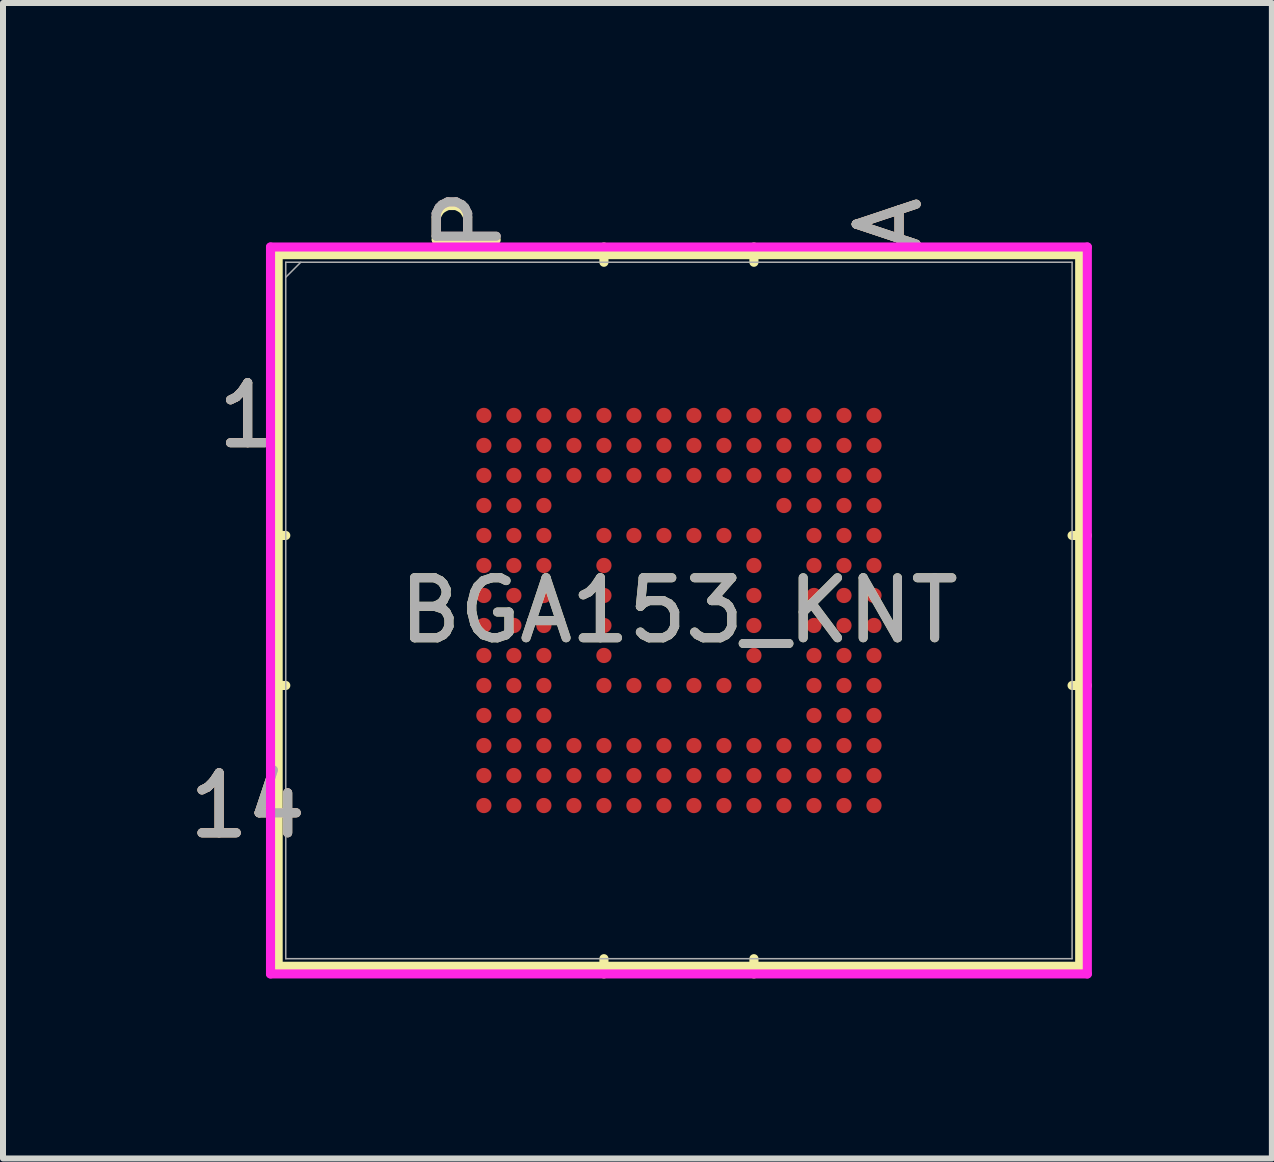
<source format=kicad_pcb>
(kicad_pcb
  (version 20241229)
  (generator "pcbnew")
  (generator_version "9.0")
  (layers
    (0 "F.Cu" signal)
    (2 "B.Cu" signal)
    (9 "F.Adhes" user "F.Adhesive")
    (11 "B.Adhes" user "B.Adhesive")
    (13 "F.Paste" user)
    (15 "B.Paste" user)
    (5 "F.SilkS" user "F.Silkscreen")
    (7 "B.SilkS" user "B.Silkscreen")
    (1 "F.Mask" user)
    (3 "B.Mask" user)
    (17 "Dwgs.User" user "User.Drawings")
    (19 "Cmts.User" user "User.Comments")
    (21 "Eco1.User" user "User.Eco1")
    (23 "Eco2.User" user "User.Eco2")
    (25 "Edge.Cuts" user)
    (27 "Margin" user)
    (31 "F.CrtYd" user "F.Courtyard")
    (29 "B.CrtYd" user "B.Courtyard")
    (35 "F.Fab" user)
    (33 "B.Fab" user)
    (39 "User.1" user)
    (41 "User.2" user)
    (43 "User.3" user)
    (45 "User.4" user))
  (footprint "BGA153_KNT"
    (layer "F.Cu")
    (at 8.266 7.125)
    (property "Reference" "BGA153_KNT" (at 0 0 0) (unlocked yes) (layer "F.SilkS") (effects (font (size 1 1) (thickness 0.15))))
    (attr smd)
    (fp_line (start -6.68 -5.931) (end -6.68 5.931) (stroke (width 0.152) (type solid)) (layer "F.SilkS"))
    (fp_line (start -6.68 5.931) (end 6.68 5.931) (stroke (width 0.152) (type solid)) (layer "F.SilkS"))
    (fp_line (start -6.553 -1.25) (end -6.807 -1.25) (stroke (width 0.152) (type solid)) (layer "F.SilkS"))
    (fp_line (start -6.553 1.25) (end -6.807 1.25) (stroke (width 0.152) (type solid)) (layer "F.SilkS"))
    (fp_line (start -1.25 -5.804) (end -1.25 -6.058) (stroke (width 0.152) (type solid)) (layer "F.SilkS"))
    (fp_line (start -1.25 5.804) (end -1.25 6.058) (stroke (width 0.152) (type solid)) (layer "F.SilkS"))
    (fp_line (start 1.25 -5.804) (end 1.25 -6.058) (stroke (width 0.152) (type solid)) (layer "F.SilkS"))
    (fp_line (start 1.25 5.804) (end 1.25 6.058) (stroke (width 0.152) (type solid)) (layer "F.SilkS"))
    (fp_line (start 6.553 -1.25) (end 6.807 -1.25) (stroke (width 0.152) (type solid)) (layer "F.SilkS"))
    (fp_line (start 6.553 1.25) (end 6.807 1.25) (stroke (width 0.152) (type solid)) (layer "F.SilkS"))
    (fp_line (start 6.68 -5.931) (end -6.68 -5.931) (stroke (width 0.152) (type solid)) (layer "F.SilkS"))
    (fp_line (start 6.68 5.931) (end 6.68 -5.931) (stroke (width 0.152) (type solid)) (layer "F.SilkS"))
    (fp_poly (pts (xy -3.945 -3.945) (xy 3.945 -3.945) (xy 3.945 3.945) (xy -3.945 3.945)) (stroke (width 0.1) (type solid)) (fill no) (layer "Eco2.User"))
    (fp_line (start -6.807 -6.058) (end 6.807 -6.058) (stroke (width 0.152) (type solid)) (layer "F.CrtYd"))
    (fp_line (start -6.807 6.058) (end -6.807 -6.058) (stroke (width 0.152) (type solid)) (layer "F.CrtYd"))
    (fp_line (start 6.807 -6.058) (end 6.807 6.058) (stroke (width 0.152) (type solid)) (layer "F.CrtYd"))
    (fp_line (start 6.807 6.058) (end -6.807 6.058) (stroke (width 0.152) (type solid)) (layer "F.CrtYd"))
    (fp_line (start -6.553 -5.804) (end -6.553 5.804) (stroke (width 0.025) (type solid)) (layer "F.Fab"))
    (fp_line (start -6.553 5.804) (end 6.553 5.804) (stroke (width 0.025) (type solid)) (layer "F.Fab"))
    (fp_line (start -6.303 -5.804) (end -6.553 -5.554) (stroke (width 0.025) (type solid)) (layer "F.Fab"))
    (fp_line (start 6.553 -5.804) (end -6.553 -5.804) (stroke (width 0.025) (type solid)) (layer "F.Fab"))
    (fp_line (start 6.553 5.804) (end 6.553 -5.804) (stroke (width 0.025) (type solid)) (layer "F.Fab"))
    (fp_text user "14" (at -7.188 3.251 0) (unlocked yes) (layer "F.SilkS") (effects (font (size 1 1) (thickness 0.15))))
    (fp_text user "A" (at 3.5 -6.439 90) (unlocked yes) (layer "F.SilkS") (effects (font (size 1 1) (thickness 0.15))))
    (fp_text user "1" (at -7.188 -3.251 0) (unlocked yes) (layer "F.SilkS") (effects (font (size 1 1) (thickness 0.15))))
    (fp_text user "P" (at -3.5 -6.439 90) (unlocked yes) (layer "F.SilkS") (effects (font (size 1 1) (thickness 0.15))))
    (fp_text user "1" (at -7.188 -3.251 0) (unlocked yes) (layer "B.SilkS") (effects (font (size 1 1) (thickness 0.15))))
    (fp_text user "P" (at -3.5 -6.5 90) (unlocked yes) (layer "B.SilkS") (effects (font (size 1 1) (thickness 0.15))))
    (fp_text user "14" (at -7.188 3.251 0) (unlocked yes) (layer "B.SilkS") (effects (font (size 1 1) (thickness 0.15))))
    (fp_text user "A" (at 3.5 -6.439 90) (unlocked yes) (layer "B.SilkS") (effects (font (size 1 1) (thickness 0.15))))
    (fp_text user "A" (at 3.5 -6.439 90) (unlocked yes) (layer "F.Fab") (effects (font (size 1 1) (thickness 0.15))))
    (fp_text user "1" (at -7.188 -3.251 0) (unlocked yes) (layer "F.Fab") (effects (font (size 1 1) (thickness 0.15))))
    (fp_text user "14" (at -7.188 3.251 0) (unlocked yes) (layer "F.Fab") (effects (font (size 1 1) (thickness 0.15))))
    (fp_text user "P" (at -3.5 -6.5 90) (unlocked yes) (layer "F.Fab") (effects (font (size 1 1) (thickness 0.15))))
    (fp_text user "${REFERENCE}" (at 0 0 0) (unlocked yes) (layer "F.Fab") (effects (font (size 1 1) (thickness 0.15))))
    (pad "A1" smd circle (at 3.251 -3.251) (size 0.254 0.254) (layers "F.Cu" "F.Mask" "F.Paste"))
    (pad "A2" smd circle (at 3.251 -2.751) (size 0.254 0.254) (layers "F.Cu" "F.Mask" "F.Paste"))
    (pad "A3" smd circle (at 3.251 -2.251) (size 0.254 0.254) (layers "F.Cu" "F.Mask" "F.Paste"))
    (pad "A4" smd circle (at 3.251 -1.75) (size 0.254 0.254) (layers "F.Cu" "F.Mask" "F.Paste"))
    (pad "A5" smd circle (at 3.251 -1.25) (size 0.254 0.254) (layers "F.Cu" "F.Mask" "F.Paste"))
    (pad "A6" smd circle (at 3.251 -0.75) (size 0.254 0.254) (layers "F.Cu" "F.Mask" "F.Paste"))
    (pad "A7" smd circle (at 3.251 -0.25) (size 0.254 0.254) (layers "F.Cu" "F.Mask" "F.Paste"))
    (pad "A8" smd circle (at 3.251 0.25) (size 0.254 0.254) (layers "F.Cu" "F.Mask" "F.Paste"))
    (pad "A9" smd circle (at 3.251 0.75) (size 0.254 0.254) (layers "F.Cu" "F.Mask" "F.Paste"))
    (pad "A10" smd circle (at 3.251 1.25) (size 0.254 0.254) (layers "F.Cu" "F.Mask" "F.Paste"))
    (pad "A11" smd circle (at 3.251 1.75) (size 0.254 0.254) (layers "F.Cu" "F.Mask" "F.Paste"))
    (pad "A12" smd circle (at 3.251 2.251) (size 0.254 0.254) (layers "F.Cu" "F.Mask" "F.Paste"))
    (pad "A13" smd circle (at 3.251 2.751) (size 0.254 0.254) (layers "F.Cu" "F.Mask" "F.Paste"))
    (pad "A14" smd circle (at 3.251 3.251) (size 0.254 0.254) (layers "F.Cu" "F.Mask" "F.Paste"))
    (pad "B1" smd circle (at 2.751 -3.251) (size 0.254 0.254) (layers "F.Cu" "F.Mask" "F.Paste"))
    (pad "B2" smd circle (at 2.751 -2.751) (size 0.254 0.254) (layers "F.Cu" "F.Mask" "F.Paste"))
    (pad "B3" smd circle (at 2.751 -2.251) (size 0.254 0.254) (layers "F.Cu" "F.Mask" "F.Paste"))
    (pad "B4" smd circle (at 2.751 -1.75) (size 0.254 0.254) (layers "F.Cu" "F.Mask" "F.Paste"))
    (pad "B5" smd circle (at 2.751 -1.25) (size 0.254 0.254) (layers "F.Cu" "F.Mask" "F.Paste"))
    (pad "B6" smd circle (at 2.751 -0.75) (size 0.254 0.254) (layers "F.Cu" "F.Mask" "F.Paste"))
    (pad "B7" smd circle (at 2.751 -0.25) (size 0.254 0.254) (layers "F.Cu" "F.Mask" "F.Paste"))
    (pad "B8" smd circle (at 2.751 0.25) (size 0.254 0.254) (layers "F.Cu" "F.Mask" "F.Paste"))
    (pad "B9" smd circle (at 2.751 0.75) (size 0.254 0.254) (layers "F.Cu" "F.Mask" "F.Paste"))
    (pad "B10" smd circle (at 2.751 1.25) (size 0.254 0.254) (layers "F.Cu" "F.Mask" "F.Paste"))
    (pad "B11" smd circle (at 2.751 1.75) (size 0.254 0.254) (layers "F.Cu" "F.Mask" "F.Paste"))
    (pad "B12" smd circle (at 2.751 2.251) (size 0.254 0.254) (layers "F.Cu" "F.Mask" "F.Paste"))
    (pad "B13" smd circle (at 2.751 2.751) (size 0.254 0.254) (layers "F.Cu" "F.Mask" "F.Paste"))
    (pad "B14" smd circle (at 2.751 3.251) (size 0.254 0.254) (layers "F.Cu" "F.Mask" "F.Paste"))
    (pad "C1" smd circle (at 2.251 -3.251) (size 0.254 0.254) (layers "F.Cu" "F.Mask" "F.Paste"))
    (pad "C2" smd circle (at 2.251 -2.751) (size 0.254 0.254) (layers "F.Cu" "F.Mask" "F.Paste"))
    (pad "C3" smd circle (at 2.251 -2.251) (size 0.254 0.254) (layers "F.Cu" "F.Mask" "F.Paste"))
    (pad "C4" smd circle (at 2.251 -1.75) (size 0.254 0.254) (layers "F.Cu" "F.Mask" "F.Paste"))
    (pad "C5" smd circle (at 2.251 -1.25) (size 0.254 0.254) (layers "F.Cu" "F.Mask" "F.Paste"))
    (pad "C6" smd circle (at 2.251 -0.75) (size 0.254 0.254) (layers "F.Cu" "F.Mask" "F.Paste"))
    (pad "C7" smd circle (at 2.251 -0.25) (size 0.254 0.254) (layers "F.Cu" "F.Mask" "F.Paste"))
    (pad "C8" smd circle (at 2.251 0.25) (size 0.254 0.254) (layers "F.Cu" "F.Mask" "F.Paste"))
    (pad "C9" smd circle (at 2.251 0.75) (size 0.254 0.254) (layers "F.Cu" "F.Mask" "F.Paste"))
    (pad "C10" smd circle (at 2.251 1.25) (size 0.254 0.254) (layers "F.Cu" "F.Mask" "F.Paste"))
    (pad "C11" smd circle (at 2.251 1.75) (size 0.254 0.254) (layers "F.Cu" "F.Mask" "F.Paste"))
    (pad "C12" smd circle (at 2.251 2.251) (size 0.254 0.254) (layers "F.Cu" "F.Mask" "F.Paste"))
    (pad "C13" smd circle (at 2.251 2.751) (size 0.254 0.254) (layers "F.Cu" "F.Mask" "F.Paste"))
    (pad "C14" smd circle (at 2.251 3.251) (size 0.254 0.254) (layers "F.Cu" "F.Mask" "F.Paste"))
    (pad "D1" smd circle (at 1.75 -3.251) (size 0.254 0.254) (layers "F.Cu" "F.Mask" "F.Paste"))
    (pad "D2" smd circle (at 1.75 -2.751) (size 0.254 0.254) (layers "F.Cu" "F.Mask" "F.Paste"))
    (pad "D3" smd circle (at 1.75 -2.251) (size 0.254 0.254) (layers "F.Cu" "F.Mask" "F.Paste"))
    (pad "D4" smd circle (at 1.75 -1.75) (size 0.254 0.254) (layers "F.Cu" "F.Mask" "F.Paste"))
    (pad "D12" smd circle (at 1.75 2.251) (size 0.254 0.254) (layers "F.Cu" "F.Mask" "F.Paste"))
    (pad "D13" smd circle (at 1.75 2.751) (size 0.254 0.254) (layers "F.Cu" "F.Mask" "F.Paste"))
    (pad "D14" smd circle (at 1.75 3.251) (size 0.254 0.254) (layers "F.Cu" "F.Mask" "F.Paste"))
    (pad "E1" smd circle (at 1.25 -3.251) (size 0.254 0.254) (layers "F.Cu" "F.Mask" "F.Paste"))
    (pad "E2" smd circle (at 1.25 -2.751) (size 0.254 0.254) (layers "F.Cu" "F.Mask" "F.Paste"))
    (pad "E3" smd circle (at 1.25 -2.251) (size 0.254 0.254) (layers "F.Cu" "F.Mask" "F.Paste"))
    (pad "E5" smd circle (at 1.25 -1.25) (size 0.254 0.254) (layers "F.Cu" "F.Mask" "F.Paste"))
    (pad "E6" smd circle (at 1.25 -0.75) (size 0.254 0.254) (layers "F.Cu" "F.Mask" "F.Paste"))
    (pad "E7" smd circle (at 1.25 -0.25) (size 0.254 0.254) (layers "F.Cu" "F.Mask" "F.Paste"))
    (pad "E8" smd circle (at 1.25 0.25) (size 0.254 0.254) (layers "F.Cu" "F.Mask" "F.Paste"))
    (pad "E9" smd circle (at 1.25 0.75) (size 0.254 0.254) (layers "F.Cu" "F.Mask" "F.Paste"))
    (pad "E10" smd circle (at 1.25 1.25) (size 0.254 0.254) (layers "F.Cu" "F.Mask" "F.Paste"))
    (pad "E12" smd circle (at 1.25 2.251) (size 0.254 0.254) (layers "F.Cu" "F.Mask" "F.Paste"))
    (pad "E13" smd circle (at 1.25 2.751) (size 0.254 0.254) (layers "F.Cu" "F.Mask" "F.Paste"))
    (pad "E14" smd circle (at 1.25 3.251) (size 0.254 0.254) (layers "F.Cu" "F.Mask" "F.Paste"))
    (pad "F1" smd circle (at 0.75 -3.251) (size 0.254 0.254) (layers "F.Cu" "F.Mask" "F.Paste"))
    (pad "F2" smd circle (at 0.75 -2.751) (size 0.254 0.254) (layers "F.Cu" "F.Mask" "F.Paste"))
    (pad "F3" smd circle (at 0.75 -2.251) (size 0.254 0.254) (layers "F.Cu" "F.Mask" "F.Paste"))
    (pad "F5" smd circle (at 0.75 -1.25) (size 0.254 0.254) (layers "F.Cu" "F.Mask" "F.Paste"))
    (pad "F10" smd circle (at 0.75 1.25) (size 0.254 0.254) (layers "F.Cu" "F.Mask" "F.Paste"))
    (pad "F12" smd circle (at 0.75 2.251) (size 0.254 0.254) (layers "F.Cu" "F.Mask" "F.Paste"))
    (pad "F13" smd circle (at 0.75 2.751) (size 0.254 0.254) (layers "F.Cu" "F.Mask" "F.Paste"))
    (pad "F14" smd circle (at 0.75 3.251) (size 0.254 0.254) (layers "F.Cu" "F.Mask" "F.Paste"))
    (pad "G1" smd circle (at 0.25 -3.251) (size 0.254 0.254) (layers "F.Cu" "F.Mask" "F.Paste"))
    (pad "G2" smd circle (at 0.25 -2.751) (size 0.254 0.254) (layers "F.Cu" "F.Mask" "F.Paste"))
    (pad "G3" smd circle (at 0.25 -2.251) (size 0.254 0.254) (layers "F.Cu" "F.Mask" "F.Paste"))
    (pad "G5" smd circle (at 0.25 -1.25) (size 0.254 0.254) (layers "F.Cu" "F.Mask" "F.Paste"))
    (pad "G10" smd circle (at 0.25 1.25) (size 0.254 0.254) (layers "F.Cu" "F.Mask" "F.Paste"))
    (pad "G12" smd circle (at 0.25 2.251) (size 0.254 0.254) (layers "F.Cu" "F.Mask" "F.Paste"))
    (pad "G13" smd circle (at 0.25 2.751) (size 0.254 0.254) (layers "F.Cu" "F.Mask" "F.Paste"))
    (pad "G14" smd circle (at 0.25 3.251) (size 0.254 0.254) (layers "F.Cu" "F.Mask" "F.Paste"))
    (pad "H1" smd circle (at -0.25 -3.251) (size 0.254 0.254) (layers "F.Cu" "F.Mask" "F.Paste"))
    (pad "H2" smd circle (at -0.25 -2.751) (size 0.254 0.254) (layers "F.Cu" "F.Mask" "F.Paste"))
    (pad "H3" smd circle (at -0.25 -2.251) (size 0.254 0.254) (layers "F.Cu" "F.Mask" "F.Paste"))
    (pad "H5" smd circle (at -0.25 -1.25) (size 0.254 0.254) (layers "F.Cu" "F.Mask" "F.Paste"))
    (pad "H10" smd circle (at -0.25 1.25) (size 0.254 0.254) (layers "F.Cu" "F.Mask" "F.Paste"))
    (pad "H12" smd circle (at -0.25 2.251) (size 0.254 0.254) (layers "F.Cu" "F.Mask" "F.Paste"))
    (pad "H13" smd circle (at -0.25 2.751) (size 0.254 0.254) (layers "F.Cu" "F.Mask" "F.Paste"))
    (pad "H14" smd circle (at -0.25 3.251) (size 0.254 0.254) (layers "F.Cu" "F.Mask" "F.Paste"))
    (pad "J1" smd circle (at -0.75 -3.251) (size 0.254 0.254) (layers "F.Cu" "F.Mask" "F.Paste"))
    (pad "J2" smd circle (at -0.75 -2.751) (size 0.254 0.254) (layers "F.Cu" "F.Mask" "F.Paste"))
    (pad "J3" smd circle (at -0.75 -2.251) (size 0.254 0.254) (layers "F.Cu" "F.Mask" "F.Paste"))
    (pad "J5" smd circle (at -0.75 -1.25) (size 0.254 0.254) (layers "F.Cu" "F.Mask" "F.Paste"))
    (pad "J10" smd circle (at -0.75 1.25) (size 0.254 0.254) (layers "F.Cu" "F.Mask" "F.Paste"))
    (pad "J12" smd circle (at -0.75 2.251) (size 0.254 0.254) (layers "F.Cu" "F.Mask" "F.Paste"))
    (pad "J13" smd circle (at -0.75 2.751) (size 0.254 0.254) (layers "F.Cu" "F.Mask" "F.Paste"))
    (pad "J14" smd circle (at -0.75 3.251) (size 0.254 0.254) (layers "F.Cu" "F.Mask" "F.Paste"))
    (pad "K1" smd circle (at -1.25 -3.251) (size 0.254 0.254) (layers "F.Cu" "F.Mask" "F.Paste"))
    (pad "K2" smd circle (at -1.25 -2.751) (size 0.254 0.254) (layers "F.Cu" "F.Mask" "F.Paste"))
    (pad "K3" smd circle (at -1.25 -2.251) (size 0.254 0.254) (layers "F.Cu" "F.Mask" "F.Paste"))
    (pad "K5" smd circle (at -1.25 -1.25) (size 0.254 0.254) (layers "F.Cu" "F.Mask" "F.Paste"))
    (pad "K6" smd circle (at -1.25 -0.75) (size 0.254 0.254) (layers "F.Cu" "F.Mask" "F.Paste"))
    (pad "K7" smd circle (at -1.25 -0.25) (size 0.254 0.254) (layers "F.Cu" "F.Mask" "F.Paste"))
    (pad "K8" smd circle (at -1.25 0.25) (size 0.254 0.254) (layers "F.Cu" "F.Mask" "F.Paste"))
    (pad "K9" smd circle (at -1.25 0.75) (size 0.254 0.254) (layers "F.Cu" "F.Mask" "F.Paste"))
    (pad "K10" smd circle (at -1.25 1.25) (size 0.254 0.254) (layers "F.Cu" "F.Mask" "F.Paste"))
    (pad "K12" smd circle (at -1.25 2.251) (size 0.254 0.254) (layers "F.Cu" "F.Mask" "F.Paste"))
    (pad "K13" smd circle (at -1.25 2.751) (size 0.254 0.254) (layers "F.Cu" "F.Mask" "F.Paste"))
    (pad "K14" smd circle (at -1.25 3.251) (size 0.254 0.254) (layers "F.Cu" "F.Mask" "F.Paste"))
    (pad "L1" smd circle (at -1.75 -3.251) (size 0.254 0.254) (layers "F.Cu" "F.Mask" "F.Paste"))
    (pad "L2" smd circle (at -1.75 -2.751) (size 0.254 0.254) (layers "F.Cu" "F.Mask" "F.Paste"))
    (pad "L3" smd circle (at -1.75 -2.251) (size 0.254 0.254) (layers "F.Cu" "F.Mask" "F.Paste"))
    (pad "L12" smd circle (at -1.75 2.251) (size 0.254 0.254) (layers "F.Cu" "F.Mask" "F.Paste"))
    (pad "L13" smd circle (at -1.75 2.751) (size 0.254 0.254) (layers "F.Cu" "F.Mask" "F.Paste"))
    (pad "L14" smd circle (at -1.75 3.251) (size 0.254 0.254) (layers "F.Cu" "F.Mask" "F.Paste"))
    (pad "M1" smd circle (at -2.251 -3.251) (size 0.254 0.254) (layers "F.Cu" "F.Mask" "F.Paste"))
    (pad "M2" smd circle (at -2.251 -2.751) (size 0.254 0.254) (layers "F.Cu" "F.Mask" "F.Paste"))
    (pad "M3" smd circle (at -2.251 -2.251) (size 0.254 0.254) (layers "F.Cu" "F.Mask" "F.Paste"))
    (pad "M4" smd circle (at -2.251 -1.75) (size 0.254 0.254) (layers "F.Cu" "F.Mask" "F.Paste"))
    (pad "M5" smd circle (at -2.251 -1.25) (size 0.254 0.254) (layers "F.Cu" "F.Mask" "F.Paste"))
    (pad "M6" smd circle (at -2.251 -0.75) (size 0.254 0.254) (layers "F.Cu" "F.Mask" "F.Paste"))
    (pad "M7" smd circle (at -2.251 -0.25) (size 0.254 0.254) (layers "F.Cu" "F.Mask" "F.Paste"))
    (pad "M8" smd circle (at -2.251 0.25) (size 0.254 0.254) (layers "F.Cu" "F.Mask" "F.Paste"))
    (pad "M9" smd circle (at -2.251 0.75) (size 0.254 0.254) (layers "F.Cu" "F.Mask" "F.Paste"))
    (pad "M10" smd circle (at -2.251 1.25) (size 0.254 0.254) (layers "F.Cu" "F.Mask" "F.Paste"))
    (pad "M11" smd circle (at -2.251 1.75) (size 0.254 0.254) (layers "F.Cu" "F.Mask" "F.Paste"))
    (pad "M12" smd circle (at -2.251 2.251) (size 0.254 0.254) (layers "F.Cu" "F.Mask" "F.Paste"))
    (pad "M13" smd circle (at -2.251 2.751) (size 0.254 0.254) (layers "F.Cu" "F.Mask" "F.Paste"))
    (pad "M14" smd circle (at -2.251 3.251) (size 0.254 0.254) (layers "F.Cu" "F.Mask" "F.Paste"))
    (pad "N1" smd circle (at -2.751 -3.251) (size 0.254 0.254) (layers "F.Cu" "F.Mask" "F.Paste"))
    (pad "N2" smd circle (at -2.751 -2.751) (size 0.254 0.254) (layers "F.Cu" "F.Mask" "F.Paste"))
    (pad "N3" smd circle (at -2.751 -2.251) (size 0.254 0.254) (layers "F.Cu" "F.Mask" "F.Paste"))
    (pad "N4" smd circle (at -2.751 -1.75) (size 0.254 0.254) (layers "F.Cu" "F.Mask" "F.Paste"))
    (pad "N5" smd circle (at -2.751 -1.25) (size 0.254 0.254) (layers "F.Cu" "F.Mask" "F.Paste"))
    (pad "N6" smd circle (at -2.751 -0.75) (size 0.254 0.254) (layers "F.Cu" "F.Mask" "F.Paste"))
    (pad "N7" smd circle (at -2.751 -0.25) (size 0.254 0.254) (layers "F.Cu" "F.Mask" "F.Paste"))
    (pad "N8" smd circle (at -2.751 0.25) (size 0.254 0.254) (layers "F.Cu" "F.Mask" "F.Paste"))
    (pad "N9" smd circle (at -2.751 0.75) (size 0.254 0.254) (layers "F.Cu" "F.Mask" "F.Paste"))
    (pad "N10" smd circle (at -2.751 1.25) (size 0.254 0.254) (layers "F.Cu" "F.Mask" "F.Paste"))
    (pad "N11" smd circle (at -2.751 1.75) (size 0.254 0.254) (layers "F.Cu" "F.Mask" "F.Paste"))
    (pad "N12" smd circle (at -2.751 2.251) (size 0.254 0.254) (layers "F.Cu" "F.Mask" "F.Paste"))
    (pad "N13" smd circle (at -2.751 2.751) (size 0.254 0.254) (layers "F.Cu" "F.Mask" "F.Paste"))
    (pad "N14" smd circle (at -2.751 3.251) (size 0.254 0.254) (layers "F.Cu" "F.Mask" "F.Paste"))
    (pad "P1" smd circle (at -3.251 -3.251) (size 0.254 0.254) (layers "F.Cu" "F.Mask" "F.Paste"))
    (pad "P2" smd circle (at -3.251 -2.751) (size 0.254 0.254) (layers "F.Cu" "F.Mask" "F.Paste"))
    (pad "P3" smd circle (at -3.251 -2.251) (size 0.254 0.254) (layers "F.Cu" "F.Mask" "F.Paste"))
    (pad "P4" smd circle (at -3.251 -1.75) (size 0.254 0.254) (layers "F.Cu" "F.Mask" "F.Paste"))
    (pad "P5" smd circle (at -3.251 -1.25) (size 0.254 0.254) (layers "F.Cu" "F.Mask" "F.Paste"))
    (pad "P6" smd circle (at -3.251 -0.75) (size 0.254 0.254) (layers "F.Cu" "F.Mask" "F.Paste"))
    (pad "P7" smd circle (at -3.251 -0.25) (size 0.254 0.254) (layers "F.Cu" "F.Mask" "F.Paste"))
    (pad "P8" smd circle (at -3.251 0.25) (size 0.254 0.254) (layers "F.Cu" "F.Mask" "F.Paste"))
    (pad "P9" smd circle (at -3.251 0.75) (size 0.254 0.254) (layers "F.Cu" "F.Mask" "F.Paste"))
    (pad "P10" smd circle (at -3.251 1.25) (size 0.254 0.254) (layers "F.Cu" "F.Mask" "F.Paste"))
    (pad "P11" smd circle (at -3.251 1.75) (size 0.254 0.254) (layers "F.Cu" "F.Mask" "F.Paste"))
    (pad "P12" smd circle (at -3.251 2.251) (size 0.254 0.254) (layers "F.Cu" "F.Mask" "F.Paste"))
    (pad "P13" smd circle (at -3.251 2.751) (size 0.254 0.254) (layers "F.Cu" "F.Mask" "F.Paste"))
    (pad "P14" smd circle (at -3.251 3.251) (size 0.254 0.254) (layers "F.Cu" "F.Mask" "F.Paste")))
  (gr_rect
    (start -3 -3)
    (end 18.149 16.259)
    (stroke (width 0.1) (type default))
    (fill no)
    (layer "Edge.Cuts")))
</source>
